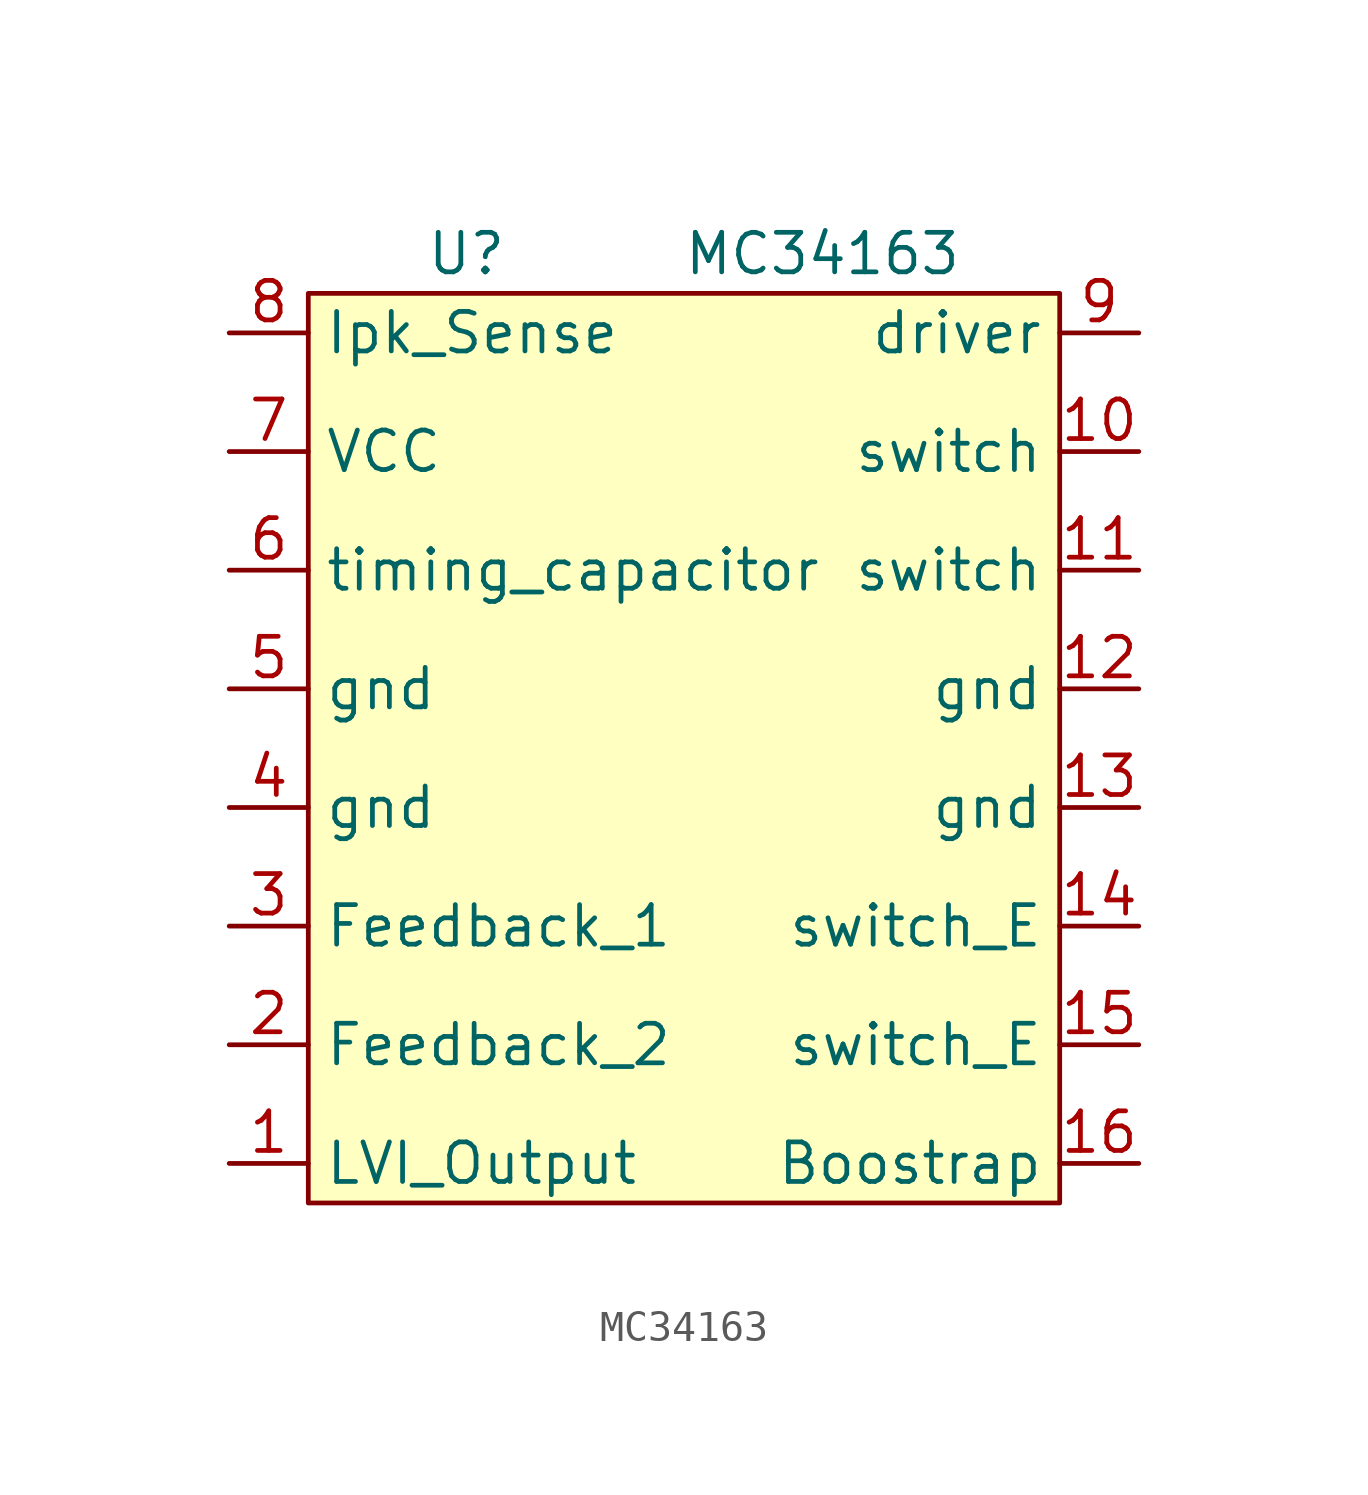
<source format=kicad_sym>
(kicad_symbol_lib
  (version 20211014)
  (generator kicad_symbol_editor)
  (symbol "MC34163"
    (property "Reference" "U"
      (at 22.86 20.32 0)
      (effects (font (size 1.27 1.27))))
    (property "Value" "MC34163"
      (at 34.29 20.32 0)
      (effects (font (size 1.27 1.27))))
    (symbol "MC34163_0_1"
      (rectangle (start 17.78 -10.16) (end 41.91 19.05) (stroke (width 0) (type default) (color 0 0 0 0)) (fill (type background))))
    (symbol "MC34163_1_1"
      (pin output line (at 15.24 -8.89 0) (length 2.54) (name "LVI_Output" (effects (font (size 1.27 1.27)))) (number "1" (effects (font (size 1.27 1.27)))))
      (pin input line (at 44.45 13.97 180) (length 2.54) (name "switch" (effects (font (size 1.27 1.27)))) (number "10" (effects (font (size 1.27 1.27)))))
      (pin input line (at 44.45 10.16 180) (length 2.54) (name "switch" (effects (font (size 1.27 1.27)))) (number "11" (effects (font (size 1.27 1.27)))))
      (pin input line (at 44.45 6.35 180) (length 2.54) (name "gnd" (effects (font (size 1.27 1.27)))) (number "12" (effects (font (size 1.27 1.27)))))
      (pin input line (at 44.45 2.54 180) (length 2.54) (name "gnd" (effects (font (size 1.27 1.27)))) (number "13" (effects (font (size 1.27 1.27)))))
      (pin bidirectional line (at 44.45 -1.27 180) (length 2.54) (name "switch_E" (effects (font (size 1.27 1.27)))) (number "14" (effects (font (size 1.27 1.27)))))
      (pin bidirectional line (at 44.45 -5.08 180) (length 2.54) (name "switch_E" (effects (font (size 1.27 1.27)))) (number "15" (effects (font (size 1.27 1.27)))))
      (pin input line (at 44.45 -8.89 180) (length 2.54) (name "Boostrap" (effects (font (size 1.27 1.27)))) (number "16" (effects (font (size 1.27 1.27)))))
      (pin input line (at 15.24 -5.08 0) (length 2.54) (name "Feedback_2" (effects (font (size 1.27 1.27)))) (number "2" (effects (font (size 1.27 1.27)))))
      (pin input line (at 15.24 -1.27 0) (length 2.54) (name "Feedback_1" (effects (font (size 1.27 1.27)))) (number "3" (effects (font (size 1.27 1.27)))))
      (pin input line (at 15.24 2.54 0) (length 2.54) (name "gnd" (effects (font (size 1.27 1.27)))) (number "4" (effects (font (size 1.27 1.27)))))
      (pin input line (at 15.24 6.35 0) (length 2.54) (name "gnd" (effects (font (size 1.27 1.27)))) (number "5" (effects (font (size 1.27 1.27)))))
      (pin input line (at 15.24 10.16 0) (length 2.54) (name "timing_capacitor" (effects (font (size 1.27 1.27)))) (number "6" (effects (font (size 1.27 1.27)))))
      (pin input line (at 15.24 13.97 0) (length 2.54) (name "VCC" (effects (font (size 1.27 1.27)))) (number "7" (effects (font (size 1.27 1.27)))))
      (pin input line (at 15.24 17.78 0) (length 2.54) (name "Ipk_Sense" (effects (font (size 1.27 1.27)))) (number "8" (effects (font (size 1.27 1.27)))))
      (pin input line (at 44.45 17.78 180) (length 2.54) (name "driver" (effects (font (size 1.27 1.27)))) (number "9" (effects (font (size 1.27 1.27))))))))
</source>
